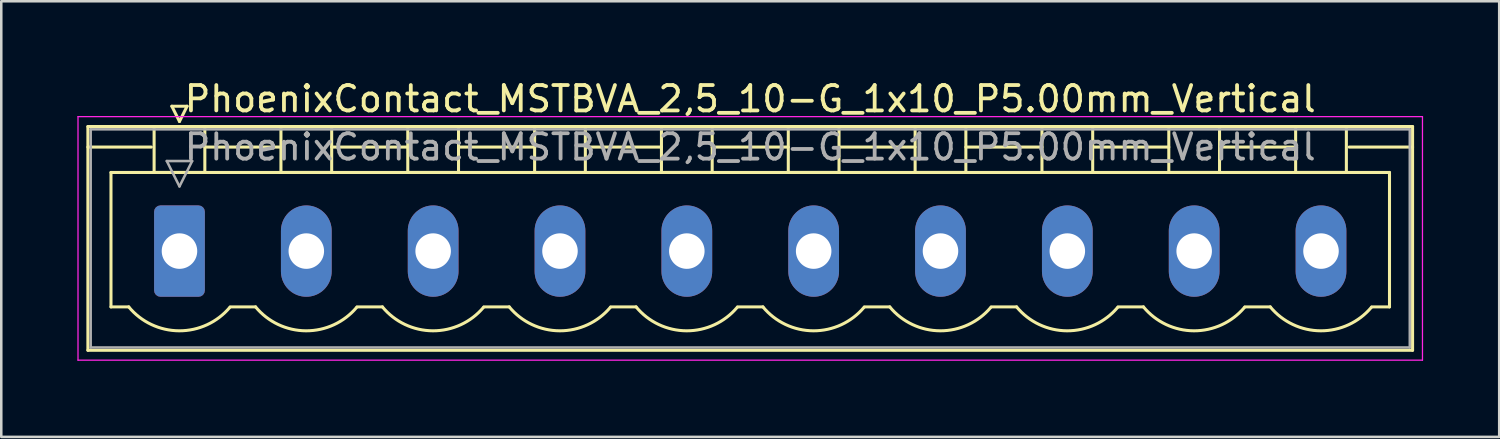
<source format=kicad_pcb>
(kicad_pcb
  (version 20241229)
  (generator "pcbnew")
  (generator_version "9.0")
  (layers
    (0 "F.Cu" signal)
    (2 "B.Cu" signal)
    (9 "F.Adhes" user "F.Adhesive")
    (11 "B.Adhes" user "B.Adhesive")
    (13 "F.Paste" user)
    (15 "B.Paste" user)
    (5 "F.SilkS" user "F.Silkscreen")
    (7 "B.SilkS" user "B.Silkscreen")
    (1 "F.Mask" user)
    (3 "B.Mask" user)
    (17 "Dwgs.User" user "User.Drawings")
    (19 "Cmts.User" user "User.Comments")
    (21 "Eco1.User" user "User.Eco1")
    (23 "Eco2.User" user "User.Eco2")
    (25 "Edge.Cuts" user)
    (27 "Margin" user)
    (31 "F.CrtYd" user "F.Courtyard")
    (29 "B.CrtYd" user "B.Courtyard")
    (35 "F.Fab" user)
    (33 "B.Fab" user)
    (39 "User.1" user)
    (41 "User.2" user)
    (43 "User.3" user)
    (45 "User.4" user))
  (footprint "PhoenixContact_MSTBVA_2,5_10-G_1x10_P5.00mm_Vertical"
    (layer "F.Cu")
    (at 4.025 6.848)
    (property "Reference" "PhoenixContact_MSTBVA_2,5_10-G_1x10_P5.00mm_Vertical" (at 22.5 -6 0) (layer "F.SilkS") (effects (font (size 1 1) (thickness 0.15))))
    (attr through_hole)
    (fp_line (start -3.61 -4.91) (end -3.61 3.91) (stroke (width 0.12) (type solid)) (layer "F.SilkS"))
    (fp_line (start -3.61 -4.1) (end -1.11 -4.1) (stroke (width 0.12) (type solid)) (layer "F.SilkS"))
    (fp_line (start -3.61 3.91) (end 48.61 3.91) (stroke (width 0.12) (type solid)) (layer "F.SilkS"))
    (fp_line (start -2.7 -3.1) (end 47.7 -3.1) (stroke (width 0.12) (type solid)) (layer "F.SilkS"))
    (fp_line (start -2.7 2.2) (end -2.7 -3.1) (stroke (width 0.12) (type solid)) (layer "F.SilkS"))
    (fp_line (start -2 2.2) (end -2.7 2.2) (stroke (width 0.12) (type solid)) (layer "F.SilkS"))
    (fp_line (start -1 -4.91) (end 1 -4.91) (stroke (width 0.12) (type solid)) (layer "F.SilkS"))
    (fp_line (start -1 -3.1) (end -1 -4.91) (stroke (width 0.12) (type solid)) (layer "F.SilkS"))
    (fp_line (start -0.3 -5.71) (end 0.3 -5.71) (stroke (width 0.12) (type solid)) (layer "F.SilkS"))
    (fp_line (start 0 -5.11) (end -0.3 -5.71) (stroke (width 0.12) (type solid)) (layer "F.SilkS"))
    (fp_line (start 0.3 -5.71) (end 0 -5.11) (stroke (width 0.12) (type solid)) (layer "F.SilkS"))
    (fp_line (start 1 -4.91) (end 1 -3.1) (stroke (width 0.12) (type solid)) (layer "F.SilkS"))
    (fp_line (start 1 -4.1) (end 4 -4.1) (stroke (width 0.12) (type solid)) (layer "F.SilkS"))
    (fp_line (start 1 -3.1) (end -1 -3.1) (stroke (width 0.12) (type solid)) (layer "F.SilkS"))
    (fp_line (start 2 2.2) (end 3 2.2) (stroke (width 0.12) (type solid)) (layer "F.SilkS"))
    (fp_line (start 4 -4.91) (end 6 -4.91) (stroke (width 0.12) (type solid)) (layer "F.SilkS"))
    (fp_line (start 4 -3.1) (end 4 -4.91) (stroke (width 0.12) (type solid)) (layer "F.SilkS"))
    (fp_line (start 6 -4.91) (end 6 -3.1) (stroke (width 0.12) (type solid)) (layer "F.SilkS"))
    (fp_line (start 6 -4.1) (end 9 -4.1) (stroke (width 0.12) (type solid)) (layer "F.SilkS"))
    (fp_line (start 6 -3.1) (end 4 -3.1) (stroke (width 0.12) (type solid)) (layer "F.SilkS"))
    (fp_line (start 7 2.2) (end 8 2.2) (stroke (width 0.12) (type solid)) (layer "F.SilkS"))
    (fp_line (start 9 -4.91) (end 11 -4.91) (stroke (width 0.12) (type solid)) (layer "F.SilkS"))
    (fp_line (start 9 -3.1) (end 9 -4.91) (stroke (width 0.12) (type solid)) (layer "F.SilkS"))
    (fp_line (start 11 -4.91) (end 11 -3.1) (stroke (width 0.12) (type solid)) (layer "F.SilkS"))
    (fp_line (start 11 -4.1) (end 14 -4.1) (stroke (width 0.12) (type solid)) (layer "F.SilkS"))
    (fp_line (start 11 -3.1) (end 9 -3.1) (stroke (width 0.12) (type solid)) (layer "F.SilkS"))
    (fp_line (start 12 2.2) (end 13 2.2) (stroke (width 0.12) (type solid)) (layer "F.SilkS"))
    (fp_line (start 14 -4.91) (end 16 -4.91) (stroke (width 0.12) (type solid)) (layer "F.SilkS"))
    (fp_line (start 14 -3.1) (end 14 -4.91) (stroke (width 0.12) (type solid)) (layer "F.SilkS"))
    (fp_line (start 16 -4.91) (end 16 -3.1) (stroke (width 0.12) (type solid)) (layer "F.SilkS"))
    (fp_line (start 16 -4.1) (end 19 -4.1) (stroke (width 0.12) (type solid)) (layer "F.SilkS"))
    (fp_line (start 16 -3.1) (end 14 -3.1) (stroke (width 0.12) (type solid)) (layer "F.SilkS"))
    (fp_line (start 17 2.2) (end 18 2.2) (stroke (width 0.12) (type solid)) (layer "F.SilkS"))
    (fp_line (start 19 -4.91) (end 21 -4.91) (stroke (width 0.12) (type solid)) (layer "F.SilkS"))
    (fp_line (start 19 -3.1) (end 19 -4.91) (stroke (width 0.12) (type solid)) (layer "F.SilkS"))
    (fp_line (start 21 -4.91) (end 21 -3.1) (stroke (width 0.12) (type solid)) (layer "F.SilkS"))
    (fp_line (start 21 -4.1) (end 24 -4.1) (stroke (width 0.12) (type solid)) (layer "F.SilkS"))
    (fp_line (start 21 -3.1) (end 19 -3.1) (stroke (width 0.12) (type solid)) (layer "F.SilkS"))
    (fp_line (start 22 2.2) (end 23 2.2) (stroke (width 0.12) (type solid)) (layer "F.SilkS"))
    (fp_line (start 24 -4.91) (end 26 -4.91) (stroke (width 0.12) (type solid)) (layer "F.SilkS"))
    (fp_line (start 24 -3.1) (end 24 -4.91) (stroke (width 0.12) (type solid)) (layer "F.SilkS"))
    (fp_line (start 26 -4.91) (end 26 -3.1) (stroke (width 0.12) (type solid)) (layer "F.SilkS"))
    (fp_line (start 26 -4.1) (end 29 -4.1) (stroke (width 0.12) (type solid)) (layer "F.SilkS"))
    (fp_line (start 26 -3.1) (end 24 -3.1) (stroke (width 0.12) (type solid)) (layer "F.SilkS"))
    (fp_line (start 27 2.2) (end 28 2.2) (stroke (width 0.12) (type solid)) (layer "F.SilkS"))
    (fp_line (start 29 -4.91) (end 31 -4.91) (stroke (width 0.12) (type solid)) (layer "F.SilkS"))
    (fp_line (start 29 -3.1) (end 29 -4.91) (stroke (width 0.12) (type solid)) (layer "F.SilkS"))
    (fp_line (start 31 -4.91) (end 31 -3.1) (stroke (width 0.12) (type solid)) (layer "F.SilkS"))
    (fp_line (start 31 -4.1) (end 34 -4.1) (stroke (width 0.12) (type solid)) (layer "F.SilkS"))
    (fp_line (start 31 -3.1) (end 29 -3.1) (stroke (width 0.12) (type solid)) (layer "F.SilkS"))
    (fp_line (start 32 2.2) (end 33 2.2) (stroke (width 0.12) (type solid)) (layer "F.SilkS"))
    (fp_line (start 34 -4.91) (end 36 -4.91) (stroke (width 0.12) (type solid)) (layer "F.SilkS"))
    (fp_line (start 34 -3.1) (end 34 -4.91) (stroke (width 0.12) (type solid)) (layer "F.SilkS"))
    (fp_line (start 36 -4.91) (end 36 -3.1) (stroke (width 0.12) (type solid)) (layer "F.SilkS"))
    (fp_line (start 36 -4.1) (end 39 -4.1) (stroke (width 0.12) (type solid)) (layer "F.SilkS"))
    (fp_line (start 36 -3.1) (end 34 -3.1) (stroke (width 0.12) (type solid)) (layer "F.SilkS"))
    (fp_line (start 37 2.2) (end 38 2.2) (stroke (width 0.12) (type solid)) (layer "F.SilkS"))
    (fp_line (start 39 -4.91) (end 41 -4.91) (stroke (width 0.12) (type solid)) (layer "F.SilkS"))
    (fp_line (start 39 -3.1) (end 39 -4.91) (stroke (width 0.12) (type solid)) (layer "F.SilkS"))
    (fp_line (start 41 -4.91) (end 41 -3.1) (stroke (width 0.12) (type solid)) (layer "F.SilkS"))
    (fp_line (start 41 -4.1) (end 44 -4.1) (stroke (width 0.12) (type solid)) (layer "F.SilkS"))
    (fp_line (start 41 -3.1) (end 39 -3.1) (stroke (width 0.12) (type solid)) (layer "F.SilkS"))
    (fp_line (start 42 2.2) (end 43 2.2) (stroke (width 0.12) (type solid)) (layer "F.SilkS"))
    (fp_line (start 44 -4.91) (end 46 -4.91) (stroke (width 0.12) (type solid)) (layer "F.SilkS"))
    (fp_line (start 44 -3.1) (end 44 -4.91) (stroke (width 0.12) (type solid)) (layer "F.SilkS"))
    (fp_line (start 46 -4.91) (end 46 -3.1) (stroke (width 0.12) (type solid)) (layer "F.SilkS"))
    (fp_line (start 46 -3.1) (end 44 -3.1) (stroke (width 0.12) (type solid)) (layer "F.SilkS"))
    (fp_line (start 47.7 -3.1) (end 47.7 2.2) (stroke (width 0.12) (type solid)) (layer "F.SilkS"))
    (fp_line (start 47.7 2.2) (end 47 2.2) (stroke (width 0.12) (type solid)) (layer "F.SilkS"))
    (fp_line (start 48.61 -4.91) (end -3.61 -4.91) (stroke (width 0.12) (type solid)) (layer "F.SilkS"))
    (fp_line (start 48.61 -4.1) (end 46.11 -4.1) (stroke (width 0.12) (type solid)) (layer "F.SilkS"))
    (fp_line (start 48.61 3.91) (end 48.61 -4.91) (stroke (width 0.12) (type solid)) (layer "F.SilkS"))
    (fp_arc (start 1.986842 2.215821) (mid -0.010289 3.142758) (end -2 2.2) (stroke (width 0.12) (type solid)) (layer "F.SilkS"))
    (fp_arc (start 6.986842 2.215821) (mid 4.989711 3.142758) (end 3 2.2) (stroke (width 0.12) (type solid)) (layer "F.SilkS"))
    (fp_arc (start 11.986842 2.215821) (mid 9.989711 3.142758) (end 8 2.2) (stroke (width 0.12) (type solid)) (layer "F.SilkS"))
    (fp_arc (start 16.986842 2.215821) (mid 14.989711 3.142758) (end 13 2.2) (stroke (width 0.12) (type solid)) (layer "F.SilkS"))
    (fp_arc (start 21.986842 2.215821) (mid 19.989711 3.142758) (end 18 2.2) (stroke (width 0.12) (type solid)) (layer "F.SilkS"))
    (fp_arc (start 26.986842 2.215821) (mid 24.989711 3.142758) (end 23 2.2) (stroke (width 0.12) (type solid)) (layer "F.SilkS"))
    (fp_arc (start 31.986842 2.215821) (mid 29.989711 3.142758) (end 28 2.2) (stroke (width 0.12) (type solid)) (layer "F.SilkS"))
    (fp_arc (start 36.986842 2.215821) (mid 34.989711 3.142758) (end 33 2.2) (stroke (width 0.12) (type solid)) (layer "F.SilkS"))
    (fp_arc (start 41.986842 2.215821) (mid 39.989711 3.142758) (end 38 2.2) (stroke (width 0.12) (type solid)) (layer "F.SilkS"))
    (fp_arc (start 46.986842 2.215821) (mid 44.989711 3.142758) (end 43 2.2) (stroke (width 0.12) (type solid)) (layer "F.SilkS"))
    (fp_line (start -4 -5.3) (end -4 4.3) (stroke (width 0.05) (type solid)) (layer "F.CrtYd"))
    (fp_line (start -4 4.3) (end 49 4.3) (stroke (width 0.05) (type solid)) (layer "F.CrtYd"))
    (fp_line (start 49 -5.3) (end -4 -5.3) (stroke (width 0.05) (type solid)) (layer "F.CrtYd"))
    (fp_line (start 49 4.3) (end 49 -5.3) (stroke (width 0.05) (type solid)) (layer "F.CrtYd"))
    (fp_line (start -3.5 -4.8) (end -3.5 3.8) (stroke (width 0.1) (type solid)) (layer "F.Fab"))
    (fp_line (start -3.5 3.8) (end 48.5 3.8) (stroke (width 0.1) (type solid)) (layer "F.Fab"))
    (fp_line (start -0.5 -3.55) (end 0.5 -3.55) (stroke (width 0.1) (type solid)) (layer "F.Fab"))
    (fp_line (start 0 -2.55) (end -0.5 -3.55) (stroke (width 0.1) (type solid)) (layer "F.Fab"))
    (fp_line (start 0.5 -3.55) (end 0 -2.55) (stroke (width 0.1) (type solid)) (layer "F.Fab"))
    (fp_line (start 48.5 -4.8) (end -3.5 -4.8) (stroke (width 0.1) (type solid)) (layer "F.Fab"))
    (fp_line (start 48.5 3.8) (end 48.5 -4.8) (stroke (width 0.1) (type solid)) (layer "F.Fab"))
    (fp_text user "${REFERENCE}" (at 22.5 -4.1 0) (layer "F.Fab") (effects (font (size 1 1) (thickness 0.15))))
    (pad "1" thru_hole roundrect (at 0 0) (size 2 3.6) (drill 1.4) (layers "*.Cu" "*.Mask") (roundrect_rratio 0.125))
    (pad "2" thru_hole oval (at 5 0) (size 2 3.6) (drill 1.4) (layers "*.Cu" "*.Mask"))
    (pad "3" thru_hole oval (at 10 0) (size 2 3.6) (drill 1.4) (layers "*.Cu" "*.Mask"))
    (pad "4" thru_hole oval (at 15 0) (size 2 3.6) (drill 1.4) (layers "*.Cu" "*.Mask"))
    (pad "5" thru_hole oval (at 20 0) (size 2 3.6) (drill 1.4) (layers "*.Cu" "*.Mask"))
    (pad "6" thru_hole oval (at 25 0) (size 2 3.6) (drill 1.4) (layers "*.Cu" "*.Mask"))
    (pad "7" thru_hole oval (at 30 0) (size 2 3.6) (drill 1.4) (layers "*.Cu" "*.Mask"))
    (pad "8" thru_hole oval (at 35 0) (size 2 3.6) (drill 1.4) (layers "*.Cu" "*.Mask"))
    (pad "9" thru_hole oval (at 40 0) (size 2 3.6) (drill 1.4) (layers "*.Cu" "*.Mask"))
    (pad "10" thru_hole oval (at 45 0) (size 2 3.6) (drill 1.4) (layers "*.Cu" "*.Mask")))
  (gr_rect
    (start -3 -3)
    (end 56.05 14.173)
    (stroke (width 0.1) (type default))
    (fill no)
    (layer "Edge.Cuts")))
</source>
